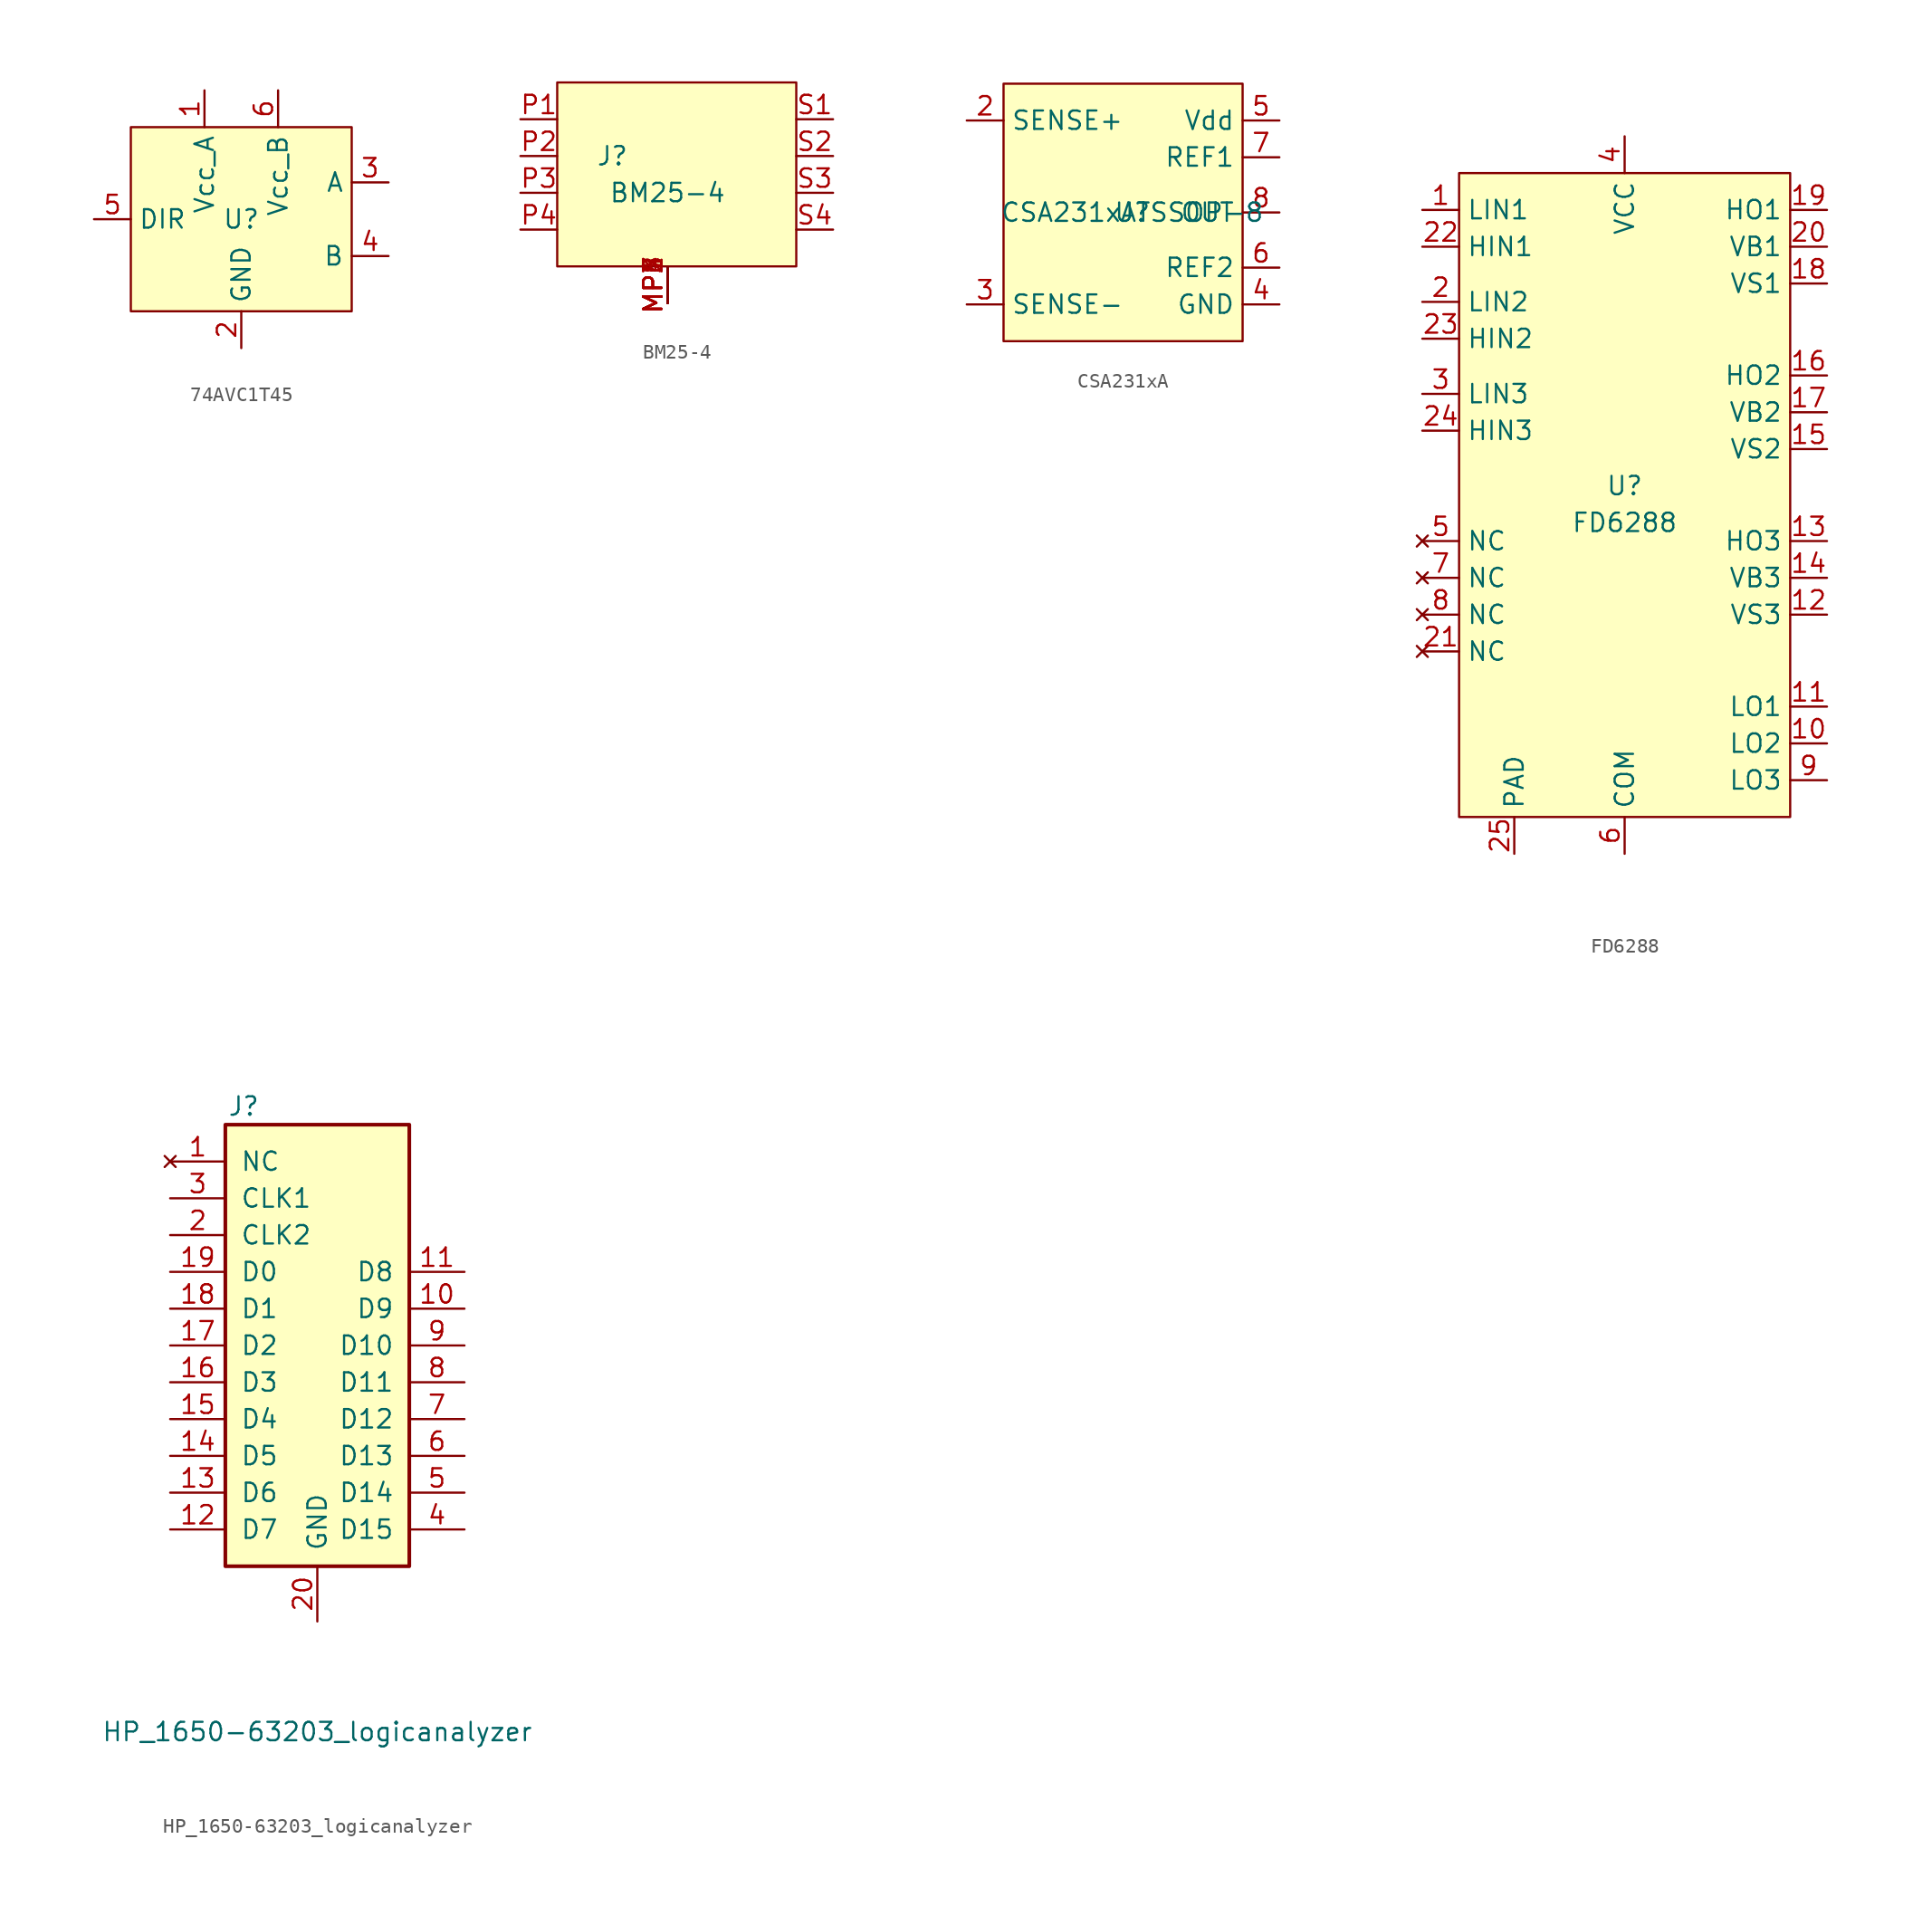
<source format=kicad_sym>
(kicad_symbol_lib
  (version 20231120)
  (generator "kicad_symbol_editor")
  (generator_version "8.0")
  (symbol "74AVC1T45"
    (property "Reference" "U"
      (at 0 0 0)
      (effects (font (size 1.27 1.27))))
    (property "Value" ""
      (at 0 0 0)
      (effects (font (size 1.27 1.27))))
    (symbol "74AVC1T45_0_0"
      (pin unspecified line (at -2.54 8.89 270) (length 2.54) (name "Vcc_A" (effects (font (size 1.27 1.27)))) (number "1" (effects (font (size 1.27 1.27)))))
      (pin unspecified line (at 0 -8.89 90) (length 2.54) (name "GND" (effects (font (size 1.27 1.27)))) (number "2" (effects (font (size 1.27 1.27)))))
      (pin unspecified line (at 10.16 2.54 180) (length 2.54) (name "A" (effects (font (size 1.27 1.27)))) (number "3" (effects (font (size 1.27 1.27)))))
      (pin unspecified line (at 10.16 -2.54 180) (length 2.54) (name "B" (effects (font (size 1.27 1.27)))) (number "4" (effects (font (size 1.27 1.27)))))
      (pin unspecified line (at -10.16 0 0) (length 2.54) (name "DIR" (effects (font (size 1.27 1.27)))) (number "5" (effects (font (size 1.27 1.27)))))
      (pin unspecified line (at 2.54 8.89 270) (length 2.54) (name "Vcc_B" (effects (font (size 1.27 1.27)))) (number "6" (effects (font (size 1.27 1.27))))))
    (symbol "74AVC1T45_1_1"
      (rectangle (start -7.62 6.35) (end 7.62 -6.35) (stroke (width 0) (type default)) (fill (type background)))))
  (symbol "BM25-4"
    (property "Reference" "J"
      (at -3.81 1.27 0)
      (effects (font (size 1.27 1.27))))
    (property "Value" "BM25-4"
      (at 0 -1.27 0)
      (effects (font (size 1.27 1.27))))
    (symbol "BM25-4_0_0"
      (pin unspecified line (at 0 -8.89 90) (length 2.54) (name "" (effects (font (size 1.27 1.27)))) (number "MP1" (effects (font (size 1.27 1.27)))))
      (pin unspecified line (at 0 -8.89 90) (length 2.54) (name "" (effects (font (size 1.27 1.27)))) (number "MP2" (effects (font (size 1.27 1.27)))))
      (pin unspecified line (at 0 -8.89 90) (length 2.54) (name "" (effects (font (size 1.27 1.27)))) (number "MP3" (effects (font (size 1.27 1.27)))))
      (pin unspecified line (at 0 -8.89 90) (length 2.54) (name "" (effects (font (size 1.27 1.27)))) (number "MP4" (effects (font (size 1.27 1.27)))))
      (pin unspecified line (at 0 -8.89 90) (length 2.54) (name "" (effects (font (size 1.27 1.27)))) (number "MP5" (effects (font (size 1.27 1.27)))))
      (pin unspecified line (at 0 -8.89 90) (length 2.54) (name "" (effects (font (size 1.27 1.27)))) (number "MP6" (effects (font (size 1.27 1.27)))))
      (pin unspecified line (at 0 -8.89 90) (length 2.54) (name "" (effects (font (size 1.27 1.27)))) (number "MP7" (effects (font (size 1.27 1.27)))))
      (pin unspecified line (at 0 -8.89 90) (length 2.54) (name "" (effects (font (size 1.27 1.27)))) (number "MP8" (effects (font (size 1.27 1.27)))))
      (pin unspecified line (at -10.16 3.81 0) (length 2.54) (name "" (effects (font (size 1.27 1.27)))) (number "P1" (effects (font (size 1.27 1.27)))))
      (pin unspecified line (at -10.16 1.27 0) (length 2.54) (name "" (effects (font (size 1.27 1.27)))) (number "P2" (effects (font (size 1.27 1.27)))))
      (pin unspecified line (at -10.16 -1.27 0) (length 2.54) (name "" (effects (font (size 1.27 1.27)))) (number "P3" (effects (font (size 1.27 1.27)))))
      (pin unspecified line (at -10.16 -3.81 0) (length 2.54) (name "" (effects (font (size 1.27 1.27)))) (number "P4" (effects (font (size 1.27 1.27)))))
      (pin unspecified line (at 11.43 3.81 180) (length 2.54) (name "" (effects (font (size 1.27 1.27)))) (number "S1" (effects (font (size 1.27 1.27)))))
      (pin unspecified line (at 11.43 1.27 180) (length 2.54) (name "" (effects (font (size 1.27 1.27)))) (number "S2" (effects (font (size 1.27 1.27)))))
      (pin unspecified line (at 11.43 -1.27 180) (length 2.54) (name "" (effects (font (size 1.27 1.27)))) (number "S3" (effects (font (size 1.27 1.27)))))
      (pin unspecified line (at 11.43 -3.81 180) (length 2.54) (name "" (effects (font (size 1.27 1.27)))) (number "S4" (effects (font (size 1.27 1.27))))))
    (symbol "BM25-4_0_1"
      (rectangle (start -7.62 6.35) (end 8.89 -6.35) (stroke (width 0.152) (type default)) (fill (type background)))))
  (symbol "CSA231xA"
    (property "Reference" "U"
      (at 0 0 0)
      (effects (font (size 1.27 1.27))))
    (property "Value" "CSA231xATSSOP-8"
      (at 0 0 0)
      (effects (font (size 1.27 1.27))))
    (symbol "CSA231xA_0_0"
      (pin input line (at -11.43 6.35 0) (length 2.54) (name "SENSE+" (effects (font (size 1.27 1.27)))) (number "2" (effects (font (size 1.27 1.27)))))
      (pin input line (at -11.43 -6.35 0) (length 2.54) (name "SENSE-" (effects (font (size 1.27 1.27)))) (number "3" (effects (font (size 1.27 1.27)))))
      (pin power_in line (at 10.16 -6.35 180) (length 2.54) (name "GND" (effects (font (size 1.27 1.27)))) (number "4" (effects (font (size 1.27 1.27)))))
      (pin power_in line (at 10.16 6.35 180) (length 2.54) (name "Vdd" (effects (font (size 1.27 1.27)))) (number "5" (effects (font (size 1.27 1.27)))))
      (pin input line (at 10.16 -3.81 180) (length 2.54) (name "REF2" (effects (font (size 1.27 1.27)))) (number "6" (effects (font (size 1.27 1.27)))))
      (pin input line (at 10.16 3.81 180) (length 2.54) (name "REF1" (effects (font (size 1.27 1.27)))) (number "7" (effects (font (size 1.27 1.27)))))
      (pin output line (at 10.16 0 180) (length 2.54) (name "OUT" (effects (font (size 1.27 1.27)))) (number "8" (effects (font (size 1.27 1.27))))))
    (symbol "CSA231xA_1_0"
      (pin no_connect line (at -11.43 0 0) (length 2.54) hide (name "NC" (effects (font (size 1.27 1.27)))) (number "1" (effects (font (size 1.27 1.27))))))
    (symbol "CSA231xA_1_1"
      (rectangle (start -8.89 8.89) (end 7.62 -8.89) (stroke (width 0) (type default)) (fill (type background)))))
  (symbol "FD6288"
    (property "Reference" "U"
      (at 0 -7.62 0)
      (effects (font (size 1.27 1.27))))
    (property "Value" "FD6288"
      (at 0 -10.16 0)
      (effects (font (size 1.27 1.27))))
    (symbol "FD6288_0_0"
      (pin input line (at -13.97 11.43 0) (length 2.54) (name "LIN1" (effects (font (size 1.27 1.27)))) (number "1" (effects (font (size 1.27 1.27)))))
      (pin output line (at 13.97 -25.4 180) (length 2.54) (name "LO2" (effects (font (size 1.27 1.27)))) (number "10" (effects (font (size 1.27 1.27)))))
      (pin output line (at 13.97 -22.86 180) (length 2.54) (name "LO1" (effects (font (size 1.27 1.27)))) (number "11" (effects (font (size 1.27 1.27)))))
      (pin input line (at 13.97 -16.51 180) (length 2.54) (name "VS3" (effects (font (size 1.27 1.27)))) (number "12" (effects (font (size 1.27 1.27)))))
      (pin output line (at 13.97 -11.43 180) (length 2.54) (name "HO3" (effects (font (size 1.27 1.27)))) (number "13" (effects (font (size 1.27 1.27)))))
      (pin input line (at 13.97 -13.97 180) (length 2.54) (name "VB3" (effects (font (size 1.27 1.27)))) (number "14" (effects (font (size 1.27 1.27)))))
      (pin input line (at 13.97 -5.08 180) (length 2.54) (name "VS2" (effects (font (size 1.27 1.27)))) (number "15" (effects (font (size 1.27 1.27)))))
      (pin output line (at 13.97 0 180) (length 2.54) (name "HO2" (effects (font (size 1.27 1.27)))) (number "16" (effects (font (size 1.27 1.27)))))
      (pin input line (at 13.97 -2.54 180) (length 2.54) (name "VB2" (effects (font (size 1.27 1.27)))) (number "17" (effects (font (size 1.27 1.27)))))
      (pin input line (at 13.97 6.35 180) (length 2.54) (name "VS1" (effects (font (size 1.27 1.27)))) (number "18" (effects (font (size 1.27 1.27)))))
      (pin output line (at 13.97 11.43 180) (length 2.54) (name "HO1" (effects (font (size 1.27 1.27)))) (number "19" (effects (font (size 1.27 1.27)))))
      (pin input line (at -13.97 5.08 0) (length 2.54) (name "LIN2" (effects (font (size 1.27 1.27)))) (number "2" (effects (font (size 1.27 1.27)))))
      (pin input line (at 13.97 8.89 180) (length 2.54) (name "VB1" (effects (font (size 1.27 1.27)))) (number "20" (effects (font (size 1.27 1.27)))))
      (pin input line (at -13.97 8.89 0) (length 2.54) (name "HIN1" (effects (font (size 1.27 1.27)))) (number "22" (effects (font (size 1.27 1.27)))))
      (pin input line (at -13.97 2.54 0) (length 2.54) (name "HIN2" (effects (font (size 1.27 1.27)))) (number "23" (effects (font (size 1.27 1.27)))))
      (pin input line (at -13.97 -3.81 0) (length 2.54) (name "HIN3" (effects (font (size 1.27 1.27)))) (number "24" (effects (font (size 1.27 1.27)))))
      (pin input line (at -13.97 -1.27 0) (length 2.54) (name "LIN3" (effects (font (size 1.27 1.27)))) (number "3" (effects (font (size 1.27 1.27)))))
      (pin power_in line (at 0 16.51 270) (length 2.54) (name "VCC" (effects (font (size 1.27 1.27)))) (number "4" (effects (font (size 1.27 1.27)))))
      (pin power_out line (at 0 -33.02 90) (length 2.54) (name "COM" (effects (font (size 1.27 1.27)))) (number "6" (effects (font (size 1.27 1.27)))))
      (pin output line (at 13.97 -27.94 180) (length 2.54) (name "LO3" (effects (font (size 1.27 1.27)))) (number "9" (effects (font (size 1.27 1.27))))))
    (symbol "FD6288_0_1"
      (rectangle (start -11.43 13.97) (end 11.43 -30.48) (stroke (width 0) (type default)) (fill (type background))))
    (symbol "FD6288_1_0"
      (pin no_connect line (at -13.97 -19.05 0) (length 2.54) (name "NC" (effects (font (size 1.27 1.27)))) (number "21" (effects (font (size 1.27 1.27)))))
      (pin no_connect line (at -13.97 -11.43 0) (length 2.54) (name "NC" (effects (font (size 1.27 1.27)))) (number "5" (effects (font (size 1.27 1.27)))))
      (pin no_connect line (at -13.97 -13.97 0) (length 2.54) (name "NC" (effects (font (size 1.27 1.27)))) (number "7" (effects (font (size 1.27 1.27)))))
      (pin no_connect line (at -13.97 -16.51 0) (length 2.54) (name "NC" (effects (font (size 1.27 1.27)))) (number "8" (effects (font (size 1.27 1.27))))))
    (symbol "FD6288_1_1"
      (pin power_out line (at -7.62 -33.02 90) (length 2.54) (name "PAD" (effects (font (size 1.27 1.27)))) (number "25" (effects (font (size 1.27 1.27)))))))
  (symbol "HP_1650-63203_logicanalyzer"
    (pin_names
      (offset 1.016))
    (property "Reference" "J"
      (at -5.08 16.51 0)
      (effects (font (size 1.27 1.27))))
    (property "Value" "HP_1650-63203_logicanalyzer"
      (at 0 -26.67 0)
      (effects (font (size 1.27 1.27))))
    (symbol "HP_1650-63203_logicanalyzer_1_1"
      (rectangle (start -6.35 15.24) (end 6.35 -15.24) (stroke (width 0.254) (type default)) (fill (type background)))
      (pin no_connect line (at -10.16 12.7 0) (length 3.81) (name "NC" (effects (font (size 1.27 1.27)))) (number "1" (effects (font (size 1.27 1.27)))))
      (pin passive line (at 10.16 2.54 180) (length 3.81) (name "D9" (effects (font (size 1.27 1.27)))) (number "10" (effects (font (size 1.27 1.27)))))
      (pin passive line (at 10.16 5.08 180) (length 3.81) (name "D8" (effects (font (size 1.27 1.27)))) (number "11" (effects (font (size 1.27 1.27)))))
      (pin passive line (at -10.16 -12.7 0) (length 3.81) (name "D7" (effects (font (size 1.27 1.27)))) (number "12" (effects (font (size 1.27 1.27)))))
      (pin passive line (at -10.16 -10.16 0) (length 3.81) (name "D6" (effects (font (size 1.27 1.27)))) (number "13" (effects (font (size 1.27 1.27)))))
      (pin passive line (at -10.16 -7.62 0) (length 3.81) (name "D5" (effects (font (size 1.27 1.27)))) (number "14" (effects (font (size 1.27 1.27)))))
      (pin passive line (at -10.16 -5.08 0) (length 3.81) (name "D4" (effects (font (size 1.27 1.27)))) (number "15" (effects (font (size 1.27 1.27)))))
      (pin passive line (at -10.16 -2.54 0) (length 3.81) (name "D3" (effects (font (size 1.27 1.27)))) (number "16" (effects (font (size 1.27 1.27)))))
      (pin passive line (at -10.16 0 0) (length 3.81) (name "D2" (effects (font (size 1.27 1.27)))) (number "17" (effects (font (size 1.27 1.27)))))
      (pin passive line (at -10.16 2.54 0) (length 3.81) (name "D1" (effects (font (size 1.27 1.27)))) (number "18" (effects (font (size 1.27 1.27)))))
      (pin passive line (at -10.16 5.08 0) (length 3.81) (name "D0" (effects (font (size 1.27 1.27)))) (number "19" (effects (font (size 1.27 1.27)))))
      (pin passive line (at -10.16 7.62 0) (length 3.81) (name "CLK2" (effects (font (size 1.27 1.27)))) (number "2" (effects (font (size 1.27 1.27)))))
      (pin passive line (at 0 -19.05 90) (length 3.81) (name "GND" (effects (font (size 1.27 1.27)))) (number "20" (effects (font (size 1.27 1.27)))))
      (pin passive line (at -10.16 10.16 0) (length 3.81) (name "CLK1" (effects (font (size 1.27 1.27)))) (number "3" (effects (font (size 1.27 1.27)))))
      (pin passive line (at 10.16 -12.7 180) (length 3.81) (name "D15" (effects (font (size 1.27 1.27)))) (number "4" (effects (font (size 1.27 1.27)))))
      (pin passive line (at 10.16 -10.16 180) (length 3.81) (name "D14" (effects (font (size 1.27 1.27)))) (number "5" (effects (font (size 1.27 1.27)))))
      (pin passive line (at 10.16 -7.62 180) (length 3.81) (name "D13" (effects (font (size 1.27 1.27)))) (number "6" (effects (font (size 1.27 1.27)))))
      (pin passive line (at 10.16 -5.08 180) (length 3.81) (name "D12" (effects (font (size 1.27 1.27)))) (number "7" (effects (font (size 1.27 1.27)))))
      (pin passive line (at 10.16 -2.54 180) (length 3.81) (name "D11" (effects (font (size 1.27 1.27)))) (number "8" (effects (font (size 1.27 1.27)))))
      (pin passive line (at 10.16 0 180) (length 3.81) (name "D10" (effects (font (size 1.27 1.27)))) (number "9" (effects (font (size 1.27 1.27))))))))
</source>
